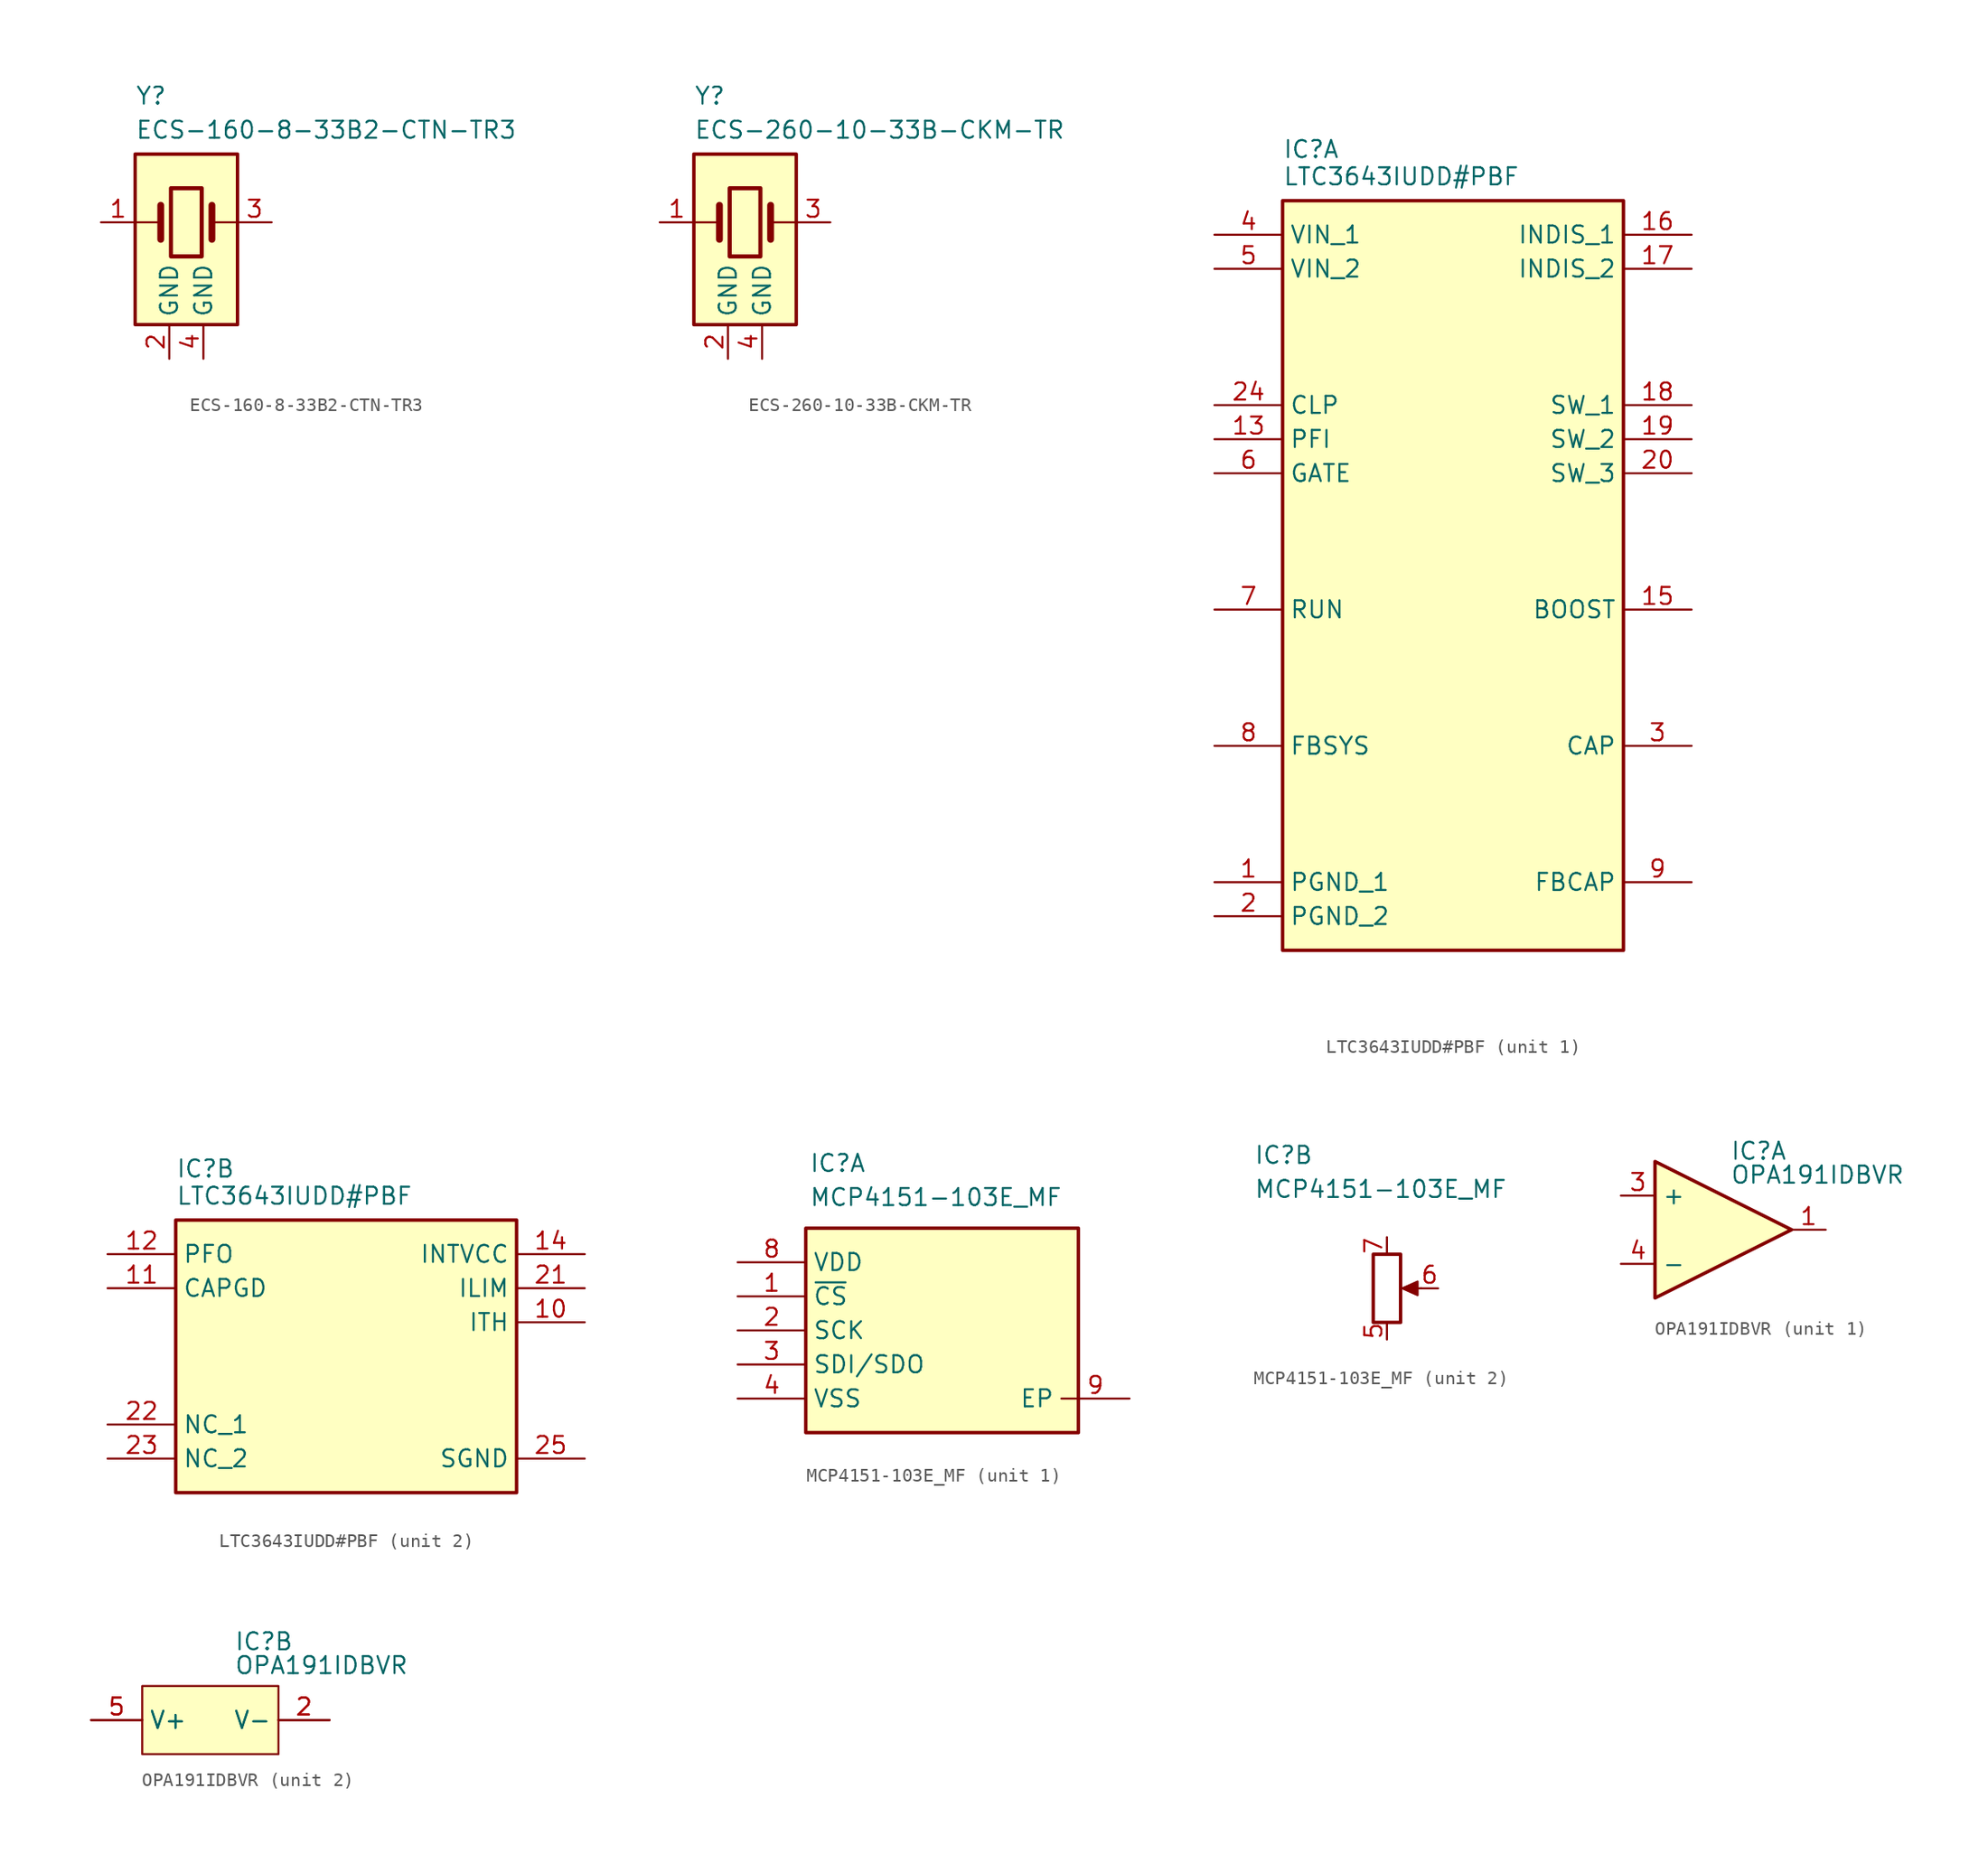
<source format=kicad_sym>
(kicad_symbol_lib
  (version 20241209)
  (generator "kicad_symbol_editor")
  (generator_version "9.0")
  (symbol "ECS-160-8-33B2-CTN-TR3"
    (property "Reference" "Y"
      (at 0 5.08 0)
      (effects (font (size 1.27 1.27)) (justify left top)))
    (property "Value" "ECS-160-8-33B2-CTN-TR3"
      (at 0 2.54 0)
      (effects (font (size 1.27 1.27)) (justify left top)))
    (symbol "ECS-160-8-33B2-CTN-TR3_0_1"
      (polyline (pts (xy 1.905 -6.35) (xy 1.905 -3.81)) (stroke (width 0.508) (type default)) (fill (type none)))
      (rectangle (start 2.667 -2.54) (end 4.953 -7.62) (stroke (width 0.305) (type default)) (fill (type none)))
      (polyline (pts (xy 5.715 -6.35) (xy 5.715 -3.81)) (stroke (width 0.508) (type default)) (fill (type none)))
      (polyline (pts (xy 7.62 -5.08) (xy 5.715 -5.08)) (stroke (width 0) (type default)) (fill (type none))))
    (symbol "ECS-160-8-33B2-CTN-TR3_1_1"
      (rectangle (start 0 0) (end 7.62 -12.7) (stroke (width 0.254) (type default)) (fill (type background)))
      (polyline (pts (xy 0 -5.08) (xy 1.905 -5.08)) (stroke (width 0) (type solid)) (fill (type none)))
      (pin passive line (at -2.54 -5.08 0) (length 2.54) (name "IN/OUT" (effects (font (size 0 0)))) (number "1" (effects (font (size 1.27 1.27)))))
      (pin passive line (at 2.54 -15.24 90) (length 2.54) (name "GND" (effects (font (size 1.27 1.27)))) (number "2" (effects (font (size 1.27 1.27)))))
      (pin passive line (at 5.08 -15.24 90) (length 2.54) (name "GND" (effects (font (size 1.27 1.27)))) (number "4" (effects (font (size 1.27 1.27)))))
      (pin passive line (at 10.16 -5.08 180) (length 2.54) (name "OUT/IN" (effects (font (size 0 0)))) (number "3" (effects (font (size 1.27 1.27)))))))
  (symbol "ECS-260-10-33B-CKM-TR"
    (property "Reference" "Y"
      (at 0 5.08 0)
      (effects (font (size 1.27 1.27)) (justify left top)))
    (property "Value" "ECS-260-10-33B-CKM-TR"
      (at 0 2.54 0)
      (effects (font (size 1.27 1.27)) (justify left top)))
    (symbol "ECS-260-10-33B-CKM-TR_0_1"
      (polyline (pts (xy 1.905 -6.35) (xy 1.905 -3.81)) (stroke (width 0.508) (type default)) (fill (type none)))
      (rectangle (start 2.667 -2.54) (end 4.953 -7.62) (stroke (width 0.305) (type default)) (fill (type none)))
      (polyline (pts (xy 5.715 -6.35) (xy 5.715 -3.81)) (stroke (width 0.508) (type default)) (fill (type none)))
      (polyline (pts (xy 7.62 -5.08) (xy 5.715 -5.08)) (stroke (width 0) (type default)) (fill (type none))))
    (symbol "ECS-260-10-33B-CKM-TR_1_1"
      (rectangle (start 0 0) (end 7.62 -12.7) (stroke (width 0.254) (type default)) (fill (type background)))
      (polyline (pts (xy 0 -5.08) (xy 1.905 -5.08)) (stroke (width 0) (type solid)) (fill (type none)))
      (pin passive line (at -2.54 -5.08 0) (length 2.54) (name "IN/OUT" (effects (font (size 0 0)))) (number "1" (effects (font (size 1.27 1.27)))))
      (pin passive line (at 2.54 -15.24 90) (length 2.54) (name "GND" (effects (font (size 1.27 1.27)))) (number "2" (effects (font (size 1.27 1.27)))))
      (pin passive line (at 5.08 -15.24 90) (length 2.54) (name "GND" (effects (font (size 1.27 1.27)))) (number "4" (effects (font (size 1.27 1.27)))))
      (pin passive line (at 10.16 -5.08 180) (length 2.54) (name "OUT/IN" (effects (font (size 0 0)))) (number "3" (effects (font (size 1.27 1.27)))))))
  (symbol "LTC3643IUDD#PBF"
    (property "Reference" "IC"
      (at -12.7 4.572 0)
      (effects (font (size 1.27 1.27)) (justify left top)))
    (property "Value" "LTC3643IUDD#PBF"
      (at -12.7 2.54 0)
      (effects (font (size 1.27 1.27)) (justify left top)))
    (symbol "LTC3643IUDD#PBF_1_1"
      (rectangle (start -12.7 0) (end 12.7 -55.88) (stroke (width 0.254) (type default)) (fill (type background)))
      (pin input line (at -17.78 -2.54 0) (length 5.08) (name "VIN_1" (effects (font (size 1.27 1.27)))) (number "4" (effects (font (size 1.27 1.27)))))
      (pin input line (at -17.78 -5.08 0) (length 5.08) (name "VIN_2" (effects (font (size 1.27 1.27)))) (number "5" (effects (font (size 1.27 1.27)))))
      (pin passive line (at -17.78 -15.24 0) (length 5.08) (name "CLP" (effects (font (size 1.27 1.27)))) (number "24" (effects (font (size 1.27 1.27)))))
      (pin passive line (at -17.78 -17.78 0) (length 5.08) (name "PFI" (effects (font (size 1.27 1.27)))) (number "13" (effects (font (size 1.27 1.27)))))
      (pin passive line (at -17.78 -20.32 0) (length 5.08) (name "GATE" (effects (font (size 1.27 1.27)))) (number "6" (effects (font (size 1.27 1.27)))))
      (pin passive line (at -17.78 -30.48 0) (length 5.08) (name "RUN" (effects (font (size 1.27 1.27)))) (number "7" (effects (font (size 1.27 1.27)))))
      (pin passive line (at -17.78 -40.64 0) (length 5.08) (name "FBSYS" (effects (font (size 1.27 1.27)))) (number "8" (effects (font (size 1.27 1.27)))))
      (pin passive line (at -17.78 -50.8 0) (length 5.08) (name "PGND_1" (effects (font (size 1.27 1.27)))) (number "1" (effects (font (size 1.27 1.27)))))
      (pin passive line (at -17.78 -53.34 0) (length 5.08) (name "PGND_2" (effects (font (size 1.27 1.27)))) (number "2" (effects (font (size 1.27 1.27)))))
      (pin passive line (at 17.78 -2.54 180) (length 5.08) (name "INDIS_1" (effects (font (size 1.27 1.27)))) (number "16" (effects (font (size 1.27 1.27)))))
      (pin passive line (at 17.78 -5.08 180) (length 5.08) (name "INDIS_2" (effects (font (size 1.27 1.27)))) (number "17" (effects (font (size 1.27 1.27)))))
      (pin passive line (at 17.78 -15.24 180) (length 5.08) (name "SW_1" (effects (font (size 1.27 1.27)))) (number "18" (effects (font (size 1.27 1.27)))))
      (pin passive line (at 17.78 -17.78 180) (length 5.08) (name "SW_2" (effects (font (size 1.27 1.27)))) (number "19" (effects (font (size 1.27 1.27)))))
      (pin passive line (at 17.78 -20.32 180) (length 5.08) (name "SW_3" (effects (font (size 1.27 1.27)))) (number "20" (effects (font (size 1.27 1.27)))))
      (pin passive line (at 17.78 -30.48 180) (length 5.08) (name "BOOST" (effects (font (size 1.27 1.27)))) (number "15" (effects (font (size 1.27 1.27)))))
      (pin passive line (at 17.78 -40.64 180) (length 5.08) (name "CAP" (effects (font (size 1.27 1.27)))) (number "3" (effects (font (size 1.27 1.27)))))
      (pin passive line (at 17.78 -50.8 180) (length 5.08) (name "FBCAP" (effects (font (size 1.27 1.27)))) (number "9" (effects (font (size 1.27 1.27))))))
    (symbol "LTC3643IUDD#PBF_2_1"
      (rectangle (start -12.7 0) (end 12.7 -20.32) (stroke (width 0.254) (type default)) (fill (type background)))
      (pin passive line (at -17.78 -2.54 0) (length 5.08) (name "PFO" (effects (font (size 1.27 1.27)))) (number "12" (effects (font (size 1.27 1.27)))))
      (pin passive line (at -17.78 -5.08 0) (length 5.08) (name "CAPGD" (effects (font (size 1.27 1.27)))) (number "11" (effects (font (size 1.27 1.27)))))
      (pin passive line (at -17.78 -15.24 0) (length 5.08) (name "NC_1" (effects (font (size 1.27 1.27)))) (number "22" (effects (font (size 1.27 1.27)))))
      (pin passive line (at -17.78 -17.78 0) (length 5.08) (name "NC_2" (effects (font (size 1.27 1.27)))) (number "23" (effects (font (size 1.27 1.27)))))
      (pin passive line (at 17.78 -2.54 180) (length 5.08) (name "INTVCC" (effects (font (size 1.27 1.27)))) (number "14" (effects (font (size 1.27 1.27)))))
      (pin passive line (at 17.78 -5.08 180) (length 5.08) (name "ILIM" (effects (font (size 1.27 1.27)))) (number "21" (effects (font (size 1.27 1.27)))))
      (pin passive line (at 17.78 -7.62 180) (length 5.08) (name "ITH" (effects (font (size 1.27 1.27)))) (number "10" (effects (font (size 1.27 1.27)))))
      (pin passive line (at 17.78 -17.78 180) (length 5.08) (name "SGND" (effects (font (size 1.27 1.27)))) (number "25" (effects (font (size 1.27 1.27)))))))
  (symbol "MCP4151-103E_MF"
    (property "Reference" "IC"
      (at -9.906 10.668 0)
      (effects (font (size 1.27 1.27)) (justify left top)))
    (property "Value" "MCP4151-103E_MF"
      (at -9.906 8.128 0)
      (effects (font (size 1.27 1.27)) (justify left top)))
    (symbol "MCP4151-103E_MF_1_1"
      (rectangle (start -10.16 5.08) (end 10.16 -10.16) (stroke (width 0.254) (type default)) (fill (type background)))
      (pin passive line (at -15.24 2.54 0) (length 5.08) (name "VDD" (effects (font (size 1.27 1.27)))) (number "8" (effects (font (size 1.27 1.27)))))
      (pin passive line (at -15.24 0 0) (length 5.08) (name "~{CS}" (effects (font (size 1.27 1.27)))) (number "1" (effects (font (size 1.27 1.27)))))
      (pin passive line (at -15.24 -2.54 0) (length 5.08) (name "SCK" (effects (font (size 1.27 1.27)))) (number "2" (effects (font (size 1.27 1.27)))))
      (pin passive line (at -15.24 -5.08 0) (length 5.08) (name "SDI/SDO" (effects (font (size 1.27 1.27)))) (number "3" (effects (font (size 1.27 1.27)))))
      (pin passive line (at -15.24 -7.62 0) (length 5.08) (name "VSS" (effects (font (size 1.27 1.27)))) (number "4" (effects (font (size 1.27 1.27)))))
      (pin passive line (at 13.97 -7.62 180) (length 5.08) (name "EP" (effects (font (size 1.27 1.27)))) (number "9" (effects (font (size 1.27 1.27))))))
    (symbol "MCP4151-103E_MF_2_1"
      (rectangle (start -1.016 2.54) (end 1.016 -2.54) (stroke (width 0.254) (type default)) (fill (type none)))
      (polyline (pts (xy 1.143 0) (xy 2.286 0.508) (xy 2.286 -0.508) (xy 1.143 0)) (stroke (width 0) (type default)) (fill (type outline)))
      (polyline (pts (xy 2.54 0) (xy 1.524 0)) (stroke (width 0) (type default)) (fill (type none)))
      (pin passive line (at 0 3.81 270) (length 1.27) (name "" (effects (font (size 1.27 1.27)))) (number "7" (effects (font (size 1.27 1.27)))))
      (pin passive line (at 0 -3.81 90) (length 1.27) (name "" (effects (font (size 1.27 1.27)))) (number "5" (effects (font (size 1.27 1.27)))))
      (pin passive line (at 3.81 0 180) (length 1.27) (name "" (effects (font (size 1.27 1.27)))) (number "6" (effects (font (size 1.27 1.27)))))))
  (symbol "OPA191IDBVR"
    (property "Reference" "IC"
      (at 1.778 6.604 0)
      (effects (font (size 1.27 1.27)) (justify left top)))
    (property "Value" "OPA191IDBVR"
      (at 1.778 4.826 0)
      (effects (font (size 1.27 1.27)) (justify left top)))
    (symbol "OPA191IDBVR_1_1"
      (polyline (pts (xy -3.81 5.08) (xy 6.35 0) (xy -3.81 -5.08) (xy -3.81 5.08)) (stroke (width 0.254) (type default)) (fill (type background)))
      (pin input line (at -6.35 2.54 0) (length 2.54) (name "+" (effects (font (size 1.27 1.27)))) (number "3" (effects (font (size 1.27 1.27)))))
      (pin input line (at -6.35 -2.54 0) (length 2.54) (name "-" (effects (font (size 1.27 1.27)))) (number "4" (effects (font (size 1.27 1.27)))))
      (pin output line (at 8.89 0 180) (length 2.54) (name "~" (effects (font (size 1.27 1.27)))) (number "1" (effects (font (size 1.27 1.27))))))
    (symbol "OPA191IDBVR_2_1"
      (rectangle (start -5.08 2.54) (end 5.08 -2.54) (stroke (width 0) (type default)) (fill (type background)))
      (pin power_in line (at -8.89 0 0) (length 3.81) (name "V+" (effects (font (size 1.27 1.27)))) (number "5" (effects (font (size 1.27 1.27)))))
      (pin power_in line (at -8.89 0 0) (length 3.81) (name "V+" (effects (font (size 1.27 1.27)))) (number "5" (effects (font (size 1.27 1.27)))))
      (pin power_in line (at 8.89 0 180) (length 3.81) (name "V-" (effects (font (size 1.27 1.27)))) (number "2" (effects (font (size 1.27 1.27)))))
      (pin power_in line (at 8.89 0 180) (length 3.81) (name "V-" (effects (font (size 1.27 1.27)))) (number "2" (effects (font (size 1.27 1.27))))))))
</source>
